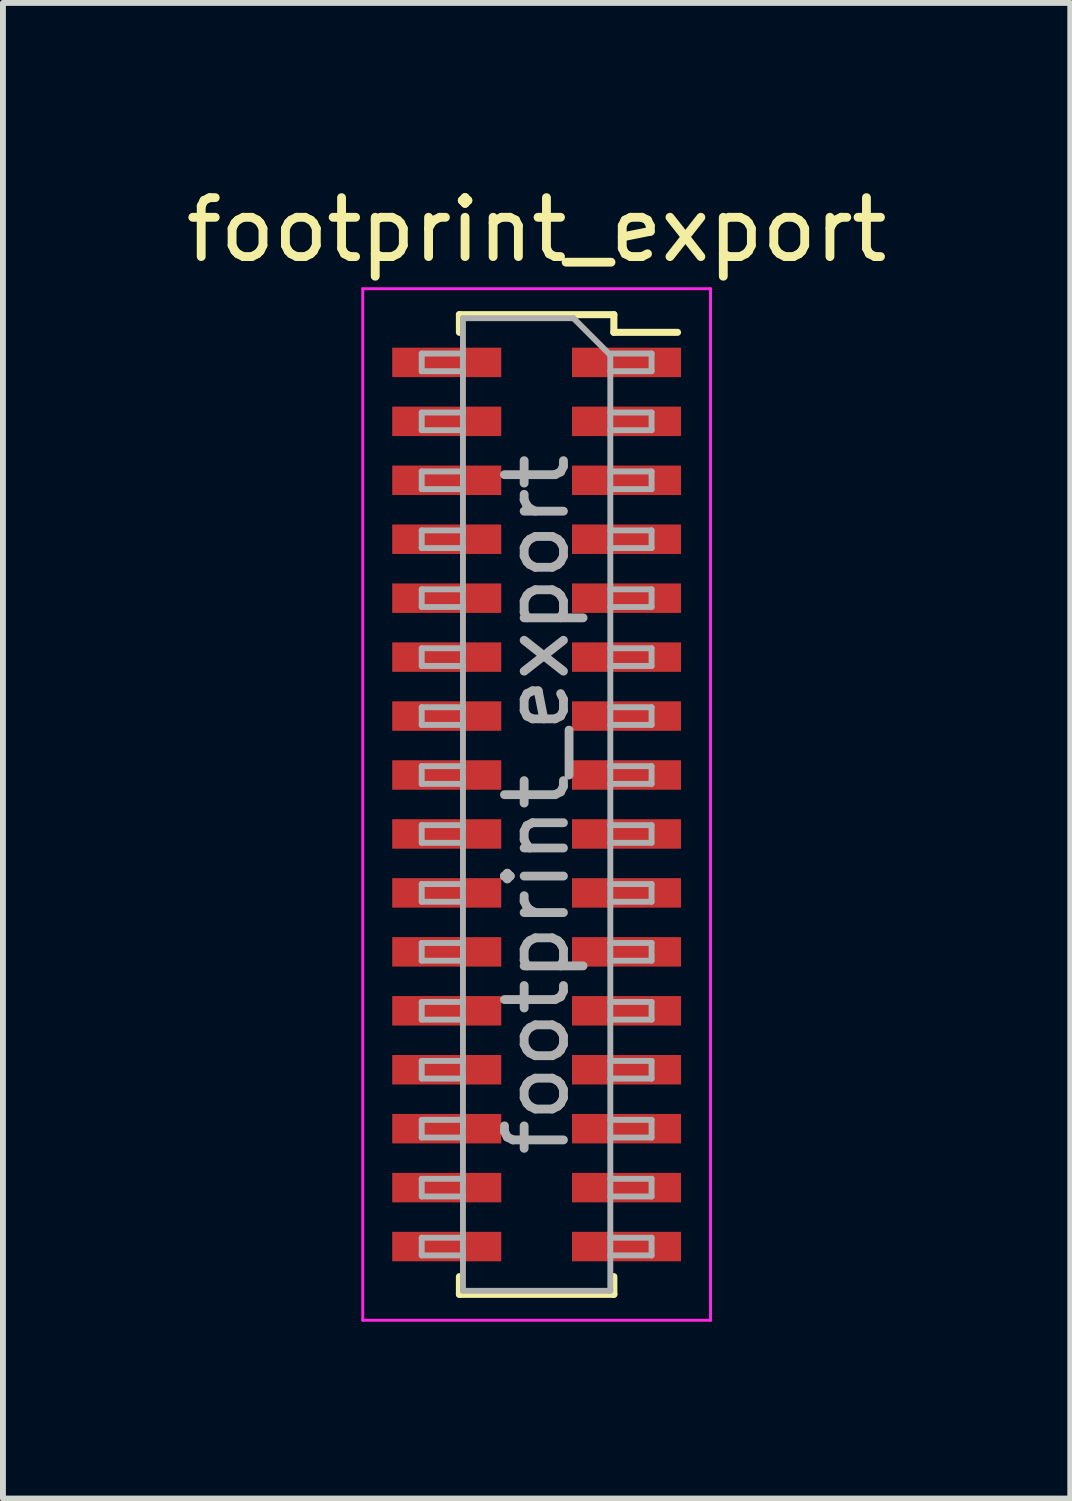
<source format=kicad_pcb>
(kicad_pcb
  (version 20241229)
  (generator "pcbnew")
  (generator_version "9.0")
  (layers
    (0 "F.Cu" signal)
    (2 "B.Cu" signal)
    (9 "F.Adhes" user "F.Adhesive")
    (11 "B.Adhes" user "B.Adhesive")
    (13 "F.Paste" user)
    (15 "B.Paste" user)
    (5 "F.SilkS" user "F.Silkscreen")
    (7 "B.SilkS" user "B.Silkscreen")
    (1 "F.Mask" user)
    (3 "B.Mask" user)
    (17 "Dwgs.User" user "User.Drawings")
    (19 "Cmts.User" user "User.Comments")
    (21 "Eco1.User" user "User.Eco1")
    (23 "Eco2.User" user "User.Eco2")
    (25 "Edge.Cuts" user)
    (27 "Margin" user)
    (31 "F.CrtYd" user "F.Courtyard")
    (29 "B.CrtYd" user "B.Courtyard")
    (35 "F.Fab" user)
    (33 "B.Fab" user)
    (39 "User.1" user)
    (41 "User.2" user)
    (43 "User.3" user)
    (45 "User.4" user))
  (footprint "footprint_export"
    (layer "F.Cu")
    (at 6.054 10.598)
    (property "Reference" "footprint_export" (at 0 -9.75 0) (layer "F.SilkS") (effects (font (size 1 1) (thickness 0.15))))
    (attr smd)
    (fp_line (start -1.31 -8.31) (end -1.31 -8.01) (stroke (width 0.12) (type solid)) (layer "F.SilkS"))
    (fp_line (start -1.31 -8.31) (end 1.31 -8.31) (stroke (width 0.12) (type solid)) (layer "F.SilkS"))
    (fp_line (start -1.31 8.01) (end -1.31 8.31) (stroke (width 0.12) (type solid)) (layer "F.SilkS"))
    (fp_line (start -1.31 8.31) (end 1.31 8.31) (stroke (width 0.12) (type solid)) (layer "F.SilkS"))
    (fp_line (start 1.31 -8.31) (end 1.31 -8.01) (stroke (width 0.12) (type solid)) (layer "F.SilkS"))
    (fp_line (start 1.31 -8.01) (end 2.39 -8.01) (stroke (width 0.12) (type solid)) (layer "F.SilkS"))
    (fp_line (start 1.31 8.01) (end 1.31 8.31) (stroke (width 0.12) (type solid)) (layer "F.SilkS"))
    (fp_line (start -2.95 -8.75) (end 2.95 -8.75) (stroke (width 0.05) (type solid)) (layer "F.CrtYd"))
    (fp_line (start -2.95 8.75) (end -2.95 -8.75) (stroke (width 0.05) (type solid)) (layer "F.CrtYd"))
    (fp_line (start 2.95 -8.75) (end 2.95 8.75) (stroke (width 0.05) (type solid)) (layer "F.CrtYd"))
    (fp_line (start 2.95 8.75) (end -2.95 8.75) (stroke (width 0.05) (type solid)) (layer "F.CrtYd"))
    (fp_line (start -1.95 -7.65) (end -1.25 -7.65) (stroke (width 0.1) (type solid)) (layer "F.Fab"))
    (fp_line (start -1.95 -7.35) (end -1.95 -7.65) (stroke (width 0.1) (type solid)) (layer "F.Fab"))
    (fp_line (start -1.95 -6.65) (end -1.25 -6.65) (stroke (width 0.1) (type solid)) (layer "F.Fab"))
    (fp_line (start -1.95 -6.35) (end -1.95 -6.65) (stroke (width 0.1) (type solid)) (layer "F.Fab"))
    (fp_line (start -1.95 -5.65) (end -1.25 -5.65) (stroke (width 0.1) (type solid)) (layer "F.Fab"))
    (fp_line (start -1.95 -5.35) (end -1.95 -5.65) (stroke (width 0.1) (type solid)) (layer "F.Fab"))
    (fp_line (start -1.95 -4.65) (end -1.25 -4.65) (stroke (width 0.1) (type solid)) (layer "F.Fab"))
    (fp_line (start -1.95 -4.35) (end -1.95 -4.65) (stroke (width 0.1) (type solid)) (layer "F.Fab"))
    (fp_line (start -1.95 -3.65) (end -1.25 -3.65) (stroke (width 0.1) (type solid)) (layer "F.Fab"))
    (fp_line (start -1.95 -3.35) (end -1.95 -3.65) (stroke (width 0.1) (type solid)) (layer "F.Fab"))
    (fp_line (start -1.95 -2.65) (end -1.25 -2.65) (stroke (width 0.1) (type solid)) (layer "F.Fab"))
    (fp_line (start -1.95 -2.35) (end -1.95 -2.65) (stroke (width 0.1) (type solid)) (layer "F.Fab"))
    (fp_line (start -1.95 -1.65) (end -1.25 -1.65) (stroke (width 0.1) (type solid)) (layer "F.Fab"))
    (fp_line (start -1.95 -1.35) (end -1.95 -1.65) (stroke (width 0.1) (type solid)) (layer "F.Fab"))
    (fp_line (start -1.95 -0.65) (end -1.25 -0.65) (stroke (width 0.1) (type solid)) (layer "F.Fab"))
    (fp_line (start -1.95 -0.35) (end -1.95 -0.65) (stroke (width 0.1) (type solid)) (layer "F.Fab"))
    (fp_line (start -1.95 0.35) (end -1.25 0.35) (stroke (width 0.1) (type solid)) (layer "F.Fab"))
    (fp_line (start -1.95 0.65) (end -1.95 0.35) (stroke (width 0.1) (type solid)) (layer "F.Fab"))
    (fp_line (start -1.95 1.35) (end -1.25 1.35) (stroke (width 0.1) (type solid)) (layer "F.Fab"))
    (fp_line (start -1.95 1.65) (end -1.95 1.35) (stroke (width 0.1) (type solid)) (layer "F.Fab"))
    (fp_line (start -1.95 2.35) (end -1.25 2.35) (stroke (width 0.1) (type solid)) (layer "F.Fab"))
    (fp_line (start -1.95 2.65) (end -1.95 2.35) (stroke (width 0.1) (type solid)) (layer "F.Fab"))
    (fp_line (start -1.95 3.35) (end -1.25 3.35) (stroke (width 0.1) (type solid)) (layer "F.Fab"))
    (fp_line (start -1.95 3.65) (end -1.95 3.35) (stroke (width 0.1) (type solid)) (layer "F.Fab"))
    (fp_line (start -1.95 4.35) (end -1.25 4.35) (stroke (width 0.1) (type solid)) (layer "F.Fab"))
    (fp_line (start -1.95 4.65) (end -1.95 4.35) (stroke (width 0.1) (type solid)) (layer "F.Fab"))
    (fp_line (start -1.95 5.35) (end -1.25 5.35) (stroke (width 0.1) (type solid)) (layer "F.Fab"))
    (fp_line (start -1.95 5.65) (end -1.95 5.35) (stroke (width 0.1) (type solid)) (layer "F.Fab"))
    (fp_line (start -1.95 6.35) (end -1.25 6.35) (stroke (width 0.1) (type solid)) (layer "F.Fab"))
    (fp_line (start -1.95 6.65) (end -1.95 6.35) (stroke (width 0.1) (type solid)) (layer "F.Fab"))
    (fp_line (start -1.95 7.35) (end -1.25 7.35) (stroke (width 0.1) (type solid)) (layer "F.Fab"))
    (fp_line (start -1.95 7.65) (end -1.95 7.35) (stroke (width 0.1) (type solid)) (layer "F.Fab"))
    (fp_line (start -1.25 -8.25) (end 0.625 -8.25) (stroke (width 0.1) (type solid)) (layer "F.Fab"))
    (fp_line (start -1.25 -7.35) (end -1.95 -7.35) (stroke (width 0.1) (type solid)) (layer "F.Fab"))
    (fp_line (start -1.25 -6.35) (end -1.95 -6.35) (stroke (width 0.1) (type solid)) (layer "F.Fab"))
    (fp_line (start -1.25 -5.35) (end -1.95 -5.35) (stroke (width 0.1) (type solid)) (layer "F.Fab"))
    (fp_line (start -1.25 -4.35) (end -1.95 -4.35) (stroke (width 0.1) (type solid)) (layer "F.Fab"))
    (fp_line (start -1.25 -3.35) (end -1.95 -3.35) (stroke (width 0.1) (type solid)) (layer "F.Fab"))
    (fp_line (start -1.25 -2.35) (end -1.95 -2.35) (stroke (width 0.1) (type solid)) (layer "F.Fab"))
    (fp_line (start -1.25 -1.35) (end -1.95 -1.35) (stroke (width 0.1) (type solid)) (layer "F.Fab"))
    (fp_line (start -1.25 -0.35) (end -1.95 -0.35) (stroke (width 0.1) (type solid)) (layer "F.Fab"))
    (fp_line (start -1.25 0.65) (end -1.95 0.65) (stroke (width 0.1) (type solid)) (layer "F.Fab"))
    (fp_line (start -1.25 1.65) (end -1.95 1.65) (stroke (width 0.1) (type solid)) (layer "F.Fab"))
    (fp_line (start -1.25 2.65) (end -1.95 2.65) (stroke (width 0.1) (type solid)) (layer "F.Fab"))
    (fp_line (start -1.25 3.65) (end -1.95 3.65) (stroke (width 0.1) (type solid)) (layer "F.Fab"))
    (fp_line (start -1.25 4.65) (end -1.95 4.65) (stroke (width 0.1) (type solid)) (layer "F.Fab"))
    (fp_line (start -1.25 5.65) (end -1.95 5.65) (stroke (width 0.1) (type solid)) (layer "F.Fab"))
    (fp_line (start -1.25 6.65) (end -1.95 6.65) (stroke (width 0.1) (type solid)) (layer "F.Fab"))
    (fp_line (start -1.25 7.65) (end -1.95 7.65) (stroke (width 0.1) (type solid)) (layer "F.Fab"))
    (fp_line (start -1.25 8.25) (end -1.25 -8.25) (stroke (width 0.1) (type solid)) (layer "F.Fab"))
    (fp_line (start 0.625 -8.25) (end 1.25 -7.625) (stroke (width 0.1) (type solid)) (layer "F.Fab"))
    (fp_line (start 1.25 -7.65) (end 1.95 -7.65) (stroke (width 0.1) (type solid)) (layer "F.Fab"))
    (fp_line (start 1.25 -7.625) (end 1.25 8.25) (stroke (width 0.1) (type solid)) (layer "F.Fab"))
    (fp_line (start 1.25 -6.65) (end 1.95 -6.65) (stroke (width 0.1) (type solid)) (layer "F.Fab"))
    (fp_line (start 1.25 -5.65) (end 1.95 -5.65) (stroke (width 0.1) (type solid)) (layer "F.Fab"))
    (fp_line (start 1.25 -4.65) (end 1.95 -4.65) (stroke (width 0.1) (type solid)) (layer "F.Fab"))
    (fp_line (start 1.25 -3.65) (end 1.95 -3.65) (stroke (width 0.1) (type solid)) (layer "F.Fab"))
    (fp_line (start 1.25 -2.65) (end 1.95 -2.65) (stroke (width 0.1) (type solid)) (layer "F.Fab"))
    (fp_line (start 1.25 -1.65) (end 1.95 -1.65) (stroke (width 0.1) (type solid)) (layer "F.Fab"))
    (fp_line (start 1.25 -0.65) (end 1.95 -0.65) (stroke (width 0.1) (type solid)) (layer "F.Fab"))
    (fp_line (start 1.25 0.35) (end 1.95 0.35) (stroke (width 0.1) (type solid)) (layer "F.Fab"))
    (fp_line (start 1.25 1.35) (end 1.95 1.35) (stroke (width 0.1) (type solid)) (layer "F.Fab"))
    (fp_line (start 1.25 2.35) (end 1.95 2.35) (stroke (width 0.1) (type solid)) (layer "F.Fab"))
    (fp_line (start 1.25 3.35) (end 1.95 3.35) (stroke (width 0.1) (type solid)) (layer "F.Fab"))
    (fp_line (start 1.25 4.35) (end 1.95 4.35) (stroke (width 0.1) (type solid)) (layer "F.Fab"))
    (fp_line (start 1.25 5.35) (end 1.95 5.35) (stroke (width 0.1) (type solid)) (layer "F.Fab"))
    (fp_line (start 1.25 6.35) (end 1.95 6.35) (stroke (width 0.1) (type solid)) (layer "F.Fab"))
    (fp_line (start 1.25 7.35) (end 1.95 7.35) (stroke (width 0.1) (type solid)) (layer "F.Fab"))
    (fp_line (start 1.25 8.25) (end -1.25 8.25) (stroke (width 0.1) (type solid)) (layer "F.Fab"))
    (fp_line (start 1.95 -7.65) (end 1.95 -7.35) (stroke (width 0.1) (type solid)) (layer "F.Fab"))
    (fp_line (start 1.95 -7.35) (end 1.25 -7.35) (stroke (width 0.1) (type solid)) (layer "F.Fab"))
    (fp_line (start 1.95 -6.65) (end 1.95 -6.35) (stroke (width 0.1) (type solid)) (layer "F.Fab"))
    (fp_line (start 1.95 -6.35) (end 1.25 -6.35) (stroke (width 0.1) (type solid)) (layer "F.Fab"))
    (fp_line (start 1.95 -5.65) (end 1.95 -5.35) (stroke (width 0.1) (type solid)) (layer "F.Fab"))
    (fp_line (start 1.95 -5.35) (end 1.25 -5.35) (stroke (width 0.1) (type solid)) (layer "F.Fab"))
    (fp_line (start 1.95 -4.65) (end 1.95 -4.35) (stroke (width 0.1) (type solid)) (layer "F.Fab"))
    (fp_line (start 1.95 -4.35) (end 1.25 -4.35) (stroke (width 0.1) (type solid)) (layer "F.Fab"))
    (fp_line (start 1.95 -3.65) (end 1.95 -3.35) (stroke (width 0.1) (type solid)) (layer "F.Fab"))
    (fp_line (start 1.95 -3.35) (end 1.25 -3.35) (stroke (width 0.1) (type solid)) (layer "F.Fab"))
    (fp_line (start 1.95 -2.65) (end 1.95 -2.35) (stroke (width 0.1) (type solid)) (layer "F.Fab"))
    (fp_line (start 1.95 -2.35) (end 1.25 -2.35) (stroke (width 0.1) (type solid)) (layer "F.Fab"))
    (fp_line (start 1.95 -1.65) (end 1.95 -1.35) (stroke (width 0.1) (type solid)) (layer "F.Fab"))
    (fp_line (start 1.95 -1.35) (end 1.25 -1.35) (stroke (width 0.1) (type solid)) (layer "F.Fab"))
    (fp_line (start 1.95 -0.65) (end 1.95 -0.35) (stroke (width 0.1) (type solid)) (layer "F.Fab"))
    (fp_line (start 1.95 -0.35) (end 1.25 -0.35) (stroke (width 0.1) (type solid)) (layer "F.Fab"))
    (fp_line (start 1.95 0.35) (end 1.95 0.65) (stroke (width 0.1) (type solid)) (layer "F.Fab"))
    (fp_line (start 1.95 0.65) (end 1.25 0.65) (stroke (width 0.1) (type solid)) (layer "F.Fab"))
    (fp_line (start 1.95 1.35) (end 1.95 1.65) (stroke (width 0.1) (type solid)) (layer "F.Fab"))
    (fp_line (start 1.95 1.65) (end 1.25 1.65) (stroke (width 0.1) (type solid)) (layer "F.Fab"))
    (fp_line (start 1.95 2.35) (end 1.95 2.65) (stroke (width 0.1) (type solid)) (layer "F.Fab"))
    (fp_line (start 1.95 2.65) (end 1.25 2.65) (stroke (width 0.1) (type solid)) (layer "F.Fab"))
    (fp_line (start 1.95 3.35) (end 1.95 3.65) (stroke (width 0.1) (type solid)) (layer "F.Fab"))
    (fp_line (start 1.95 3.65) (end 1.25 3.65) (stroke (width 0.1) (type solid)) (layer "F.Fab"))
    (fp_line (start 1.95 4.35) (end 1.95 4.65) (stroke (width 0.1) (type solid)) (layer "F.Fab"))
    (fp_line (start 1.95 4.65) (end 1.25 4.65) (stroke (width 0.1) (type solid)) (layer "F.Fab"))
    (fp_line (start 1.95 5.35) (end 1.95 5.65) (stroke (width 0.1) (type solid)) (layer "F.Fab"))
    (fp_line (start 1.95 5.65) (end 1.25 5.65) (stroke (width 0.1) (type solid)) (layer "F.Fab"))
    (fp_line (start 1.95 6.35) (end 1.95 6.65) (stroke (width 0.1) (type solid)) (layer "F.Fab"))
    (fp_line (start 1.95 6.65) (end 1.25 6.65) (stroke (width 0.1) (type solid)) (layer "F.Fab"))
    (fp_line (start 1.95 7.35) (end 1.95 7.65) (stroke (width 0.1) (type solid)) (layer "F.Fab"))
    (fp_line (start 1.95 7.65) (end 1.25 7.65) (stroke (width 0.1) (type solid)) (layer "F.Fab"))
    (fp_text user "${REFERENCE}" (at 0 0 90) (layer "F.Fab") (effects (font (size 1 1) (thickness 0.15))))
    (pad "1" smd rect (at 1.525 -7.5) (size 1.85 0.5) (layers "F.Cu" "F.Mask" "F.Paste"))
    (pad "2" smd rect (at -1.525 -7.5) (size 1.85 0.5) (layers "F.Cu" "F.Mask" "F.Paste"))
    (pad "3" smd rect (at 1.525 -6.5) (size 1.85 0.5) (layers "F.Cu" "F.Mask" "F.Paste"))
    (pad "4" smd rect (at -1.525 -6.5) (size 1.85 0.5) (layers "F.Cu" "F.Mask" "F.Paste"))
    (pad "5" smd rect (at 1.525 -5.5) (size 1.85 0.5) (layers "F.Cu" "F.Mask" "F.Paste"))
    (pad "6" smd rect (at -1.525 -5.5) (size 1.85 0.5) (layers "F.Cu" "F.Mask" "F.Paste"))
    (pad "7" smd rect (at 1.525 -4.5) (size 1.85 0.5) (layers "F.Cu" "F.Mask" "F.Paste"))
    (pad "8" smd rect (at -1.525 -4.5) (size 1.85 0.5) (layers "F.Cu" "F.Mask" "F.Paste"))
    (pad "9" smd rect (at 1.525 -3.5) (size 1.85 0.5) (layers "F.Cu" "F.Mask" "F.Paste"))
    (pad "10" smd rect (at -1.525 -3.5) (size 1.85 0.5) (layers "F.Cu" "F.Mask" "F.Paste"))
    (pad "11" smd rect (at 1.525 -2.5) (size 1.85 0.5) (layers "F.Cu" "F.Mask" "F.Paste"))
    (pad "12" smd rect (at -1.525 -2.5) (size 1.85 0.5) (layers "F.Cu" "F.Mask" "F.Paste"))
    (pad "13" smd rect (at 1.525 -1.5) (size 1.85 0.5) (layers "F.Cu" "F.Mask" "F.Paste"))
    (pad "14" smd rect (at -1.525 -1.5) (size 1.85 0.5) (layers "F.Cu" "F.Mask" "F.Paste"))
    (pad "15" smd rect (at 1.525 -0.5) (size 1.85 0.5) (layers "F.Cu" "F.Mask" "F.Paste"))
    (pad "16" smd rect (at -1.525 -0.5) (size 1.85 0.5) (layers "F.Cu" "F.Mask" "F.Paste"))
    (pad "17" smd rect (at 1.525 0.5) (size 1.85 0.5) (layers "F.Cu" "F.Mask" "F.Paste"))
    (pad "18" smd rect (at -1.525 0.5) (size 1.85 0.5) (layers "F.Cu" "F.Mask" "F.Paste"))
    (pad "19" smd rect (at 1.525 1.5) (size 1.85 0.5) (layers "F.Cu" "F.Mask" "F.Paste"))
    (pad "20" smd rect (at -1.525 1.5) (size 1.85 0.5) (layers "F.Cu" "F.Mask" "F.Paste"))
    (pad "21" smd rect (at 1.525 2.5) (size 1.85 0.5) (layers "F.Cu" "F.Mask" "F.Paste"))
    (pad "22" smd rect (at -1.525 2.5) (size 1.85 0.5) (layers "F.Cu" "F.Mask" "F.Paste"))
    (pad "23" smd rect (at 1.525 3.5) (size 1.85 0.5) (layers "F.Cu" "F.Mask" "F.Paste"))
    (pad "24" smd rect (at -1.525 3.5) (size 1.85 0.5) (layers "F.Cu" "F.Mask" "F.Paste"))
    (pad "25" smd rect (at 1.525 4.5) (size 1.85 0.5) (layers "F.Cu" "F.Mask" "F.Paste"))
    (pad "26" smd rect (at -1.525 4.5) (size 1.85 0.5) (layers "F.Cu" "F.Mask" "F.Paste"))
    (pad "27" smd rect (at 1.525 5.5) (size 1.85 0.5) (layers "F.Cu" "F.Mask" "F.Paste"))
    (pad "28" smd rect (at -1.525 5.5) (size 1.85 0.5) (layers "F.Cu" "F.Mask" "F.Paste"))
    (pad "29" smd rect (at 1.525 6.5) (size 1.85 0.5) (layers "F.Cu" "F.Mask" "F.Paste"))
    (pad "30" smd rect (at -1.525 6.5) (size 1.85 0.5) (layers "F.Cu" "F.Mask" "F.Paste"))
    (pad "31" smd rect (at 1.525 7.5) (size 1.85 0.5) (layers "F.Cu" "F.Mask" "F.Paste"))
    (pad "32" smd rect (at -1.525 7.5) (size 1.85 0.5) (layers "F.Cu" "F.Mask" "F.Paste")))
  (gr_rect
    (start -3 -3)
    (end 15.107 22.373)
    (stroke (width 0.1) (type default))
    (fill no)
    (layer "Edge.Cuts")))
</source>
